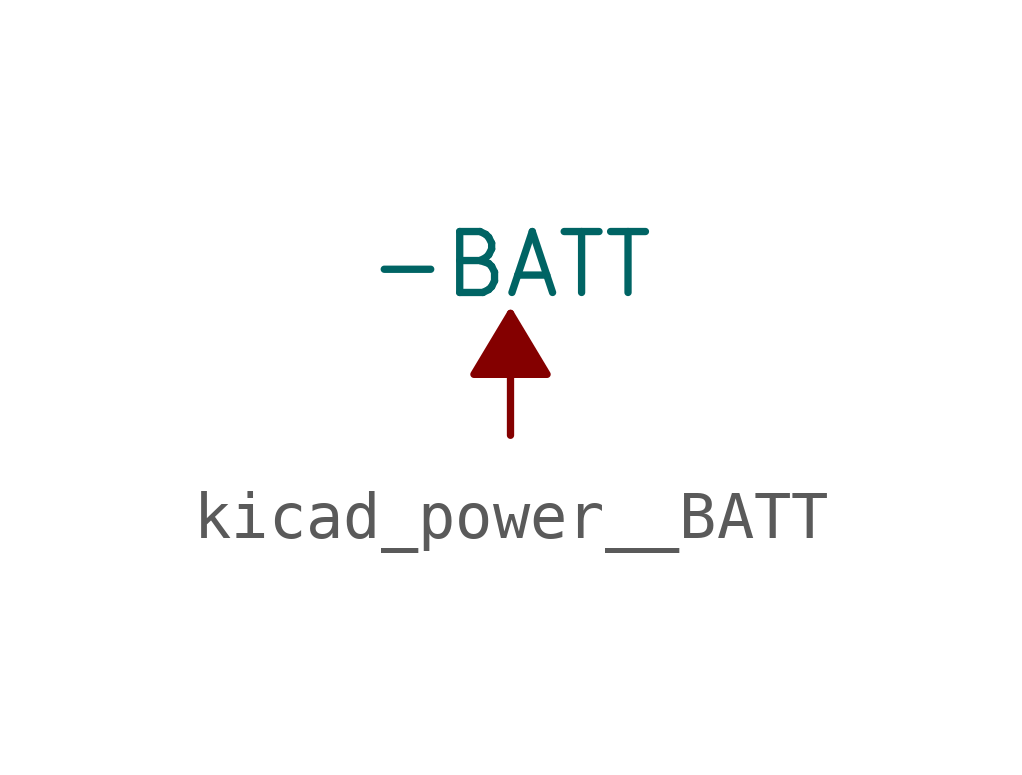
<source format=kicad_sym>
(kicad_symbol_lib
  (version 20220914)
  (generator kicad_symbol_editor)
  (symbol "kicad_power__BATT"
    (power)
    (pin_names
      (offset 0))
    (property "Reference" "#PWR"
      (at 0 -3.81 0)
      (effects (font (size 1.27 1.27)) hide))
    (property "Value" "-BATT"
      (at 0 3.556 0)
      (effects (font (size 1.27 1.27))))
    (symbol "kicad_power__BATT_0_1"
      (polyline (pts (xy 0 0) (xy 0 2.54)) (stroke (width 0) (type default)) (fill (type none)))
      (polyline (pts (xy 0.762 1.27) (xy -0.762 1.27) (xy 0 2.54) (xy 0.762 1.27)) (stroke (width 0) (type default)) (fill (type outline))))
    (symbol "kicad_power__BATT_1_1"
      (pin power_in line (at 0 0 90) (length 0) hide (name "-BATT" (effects (font (size 1.27 1.27)))) (number "1" (effects (font (size 1.27 1.27))))))))
</source>
